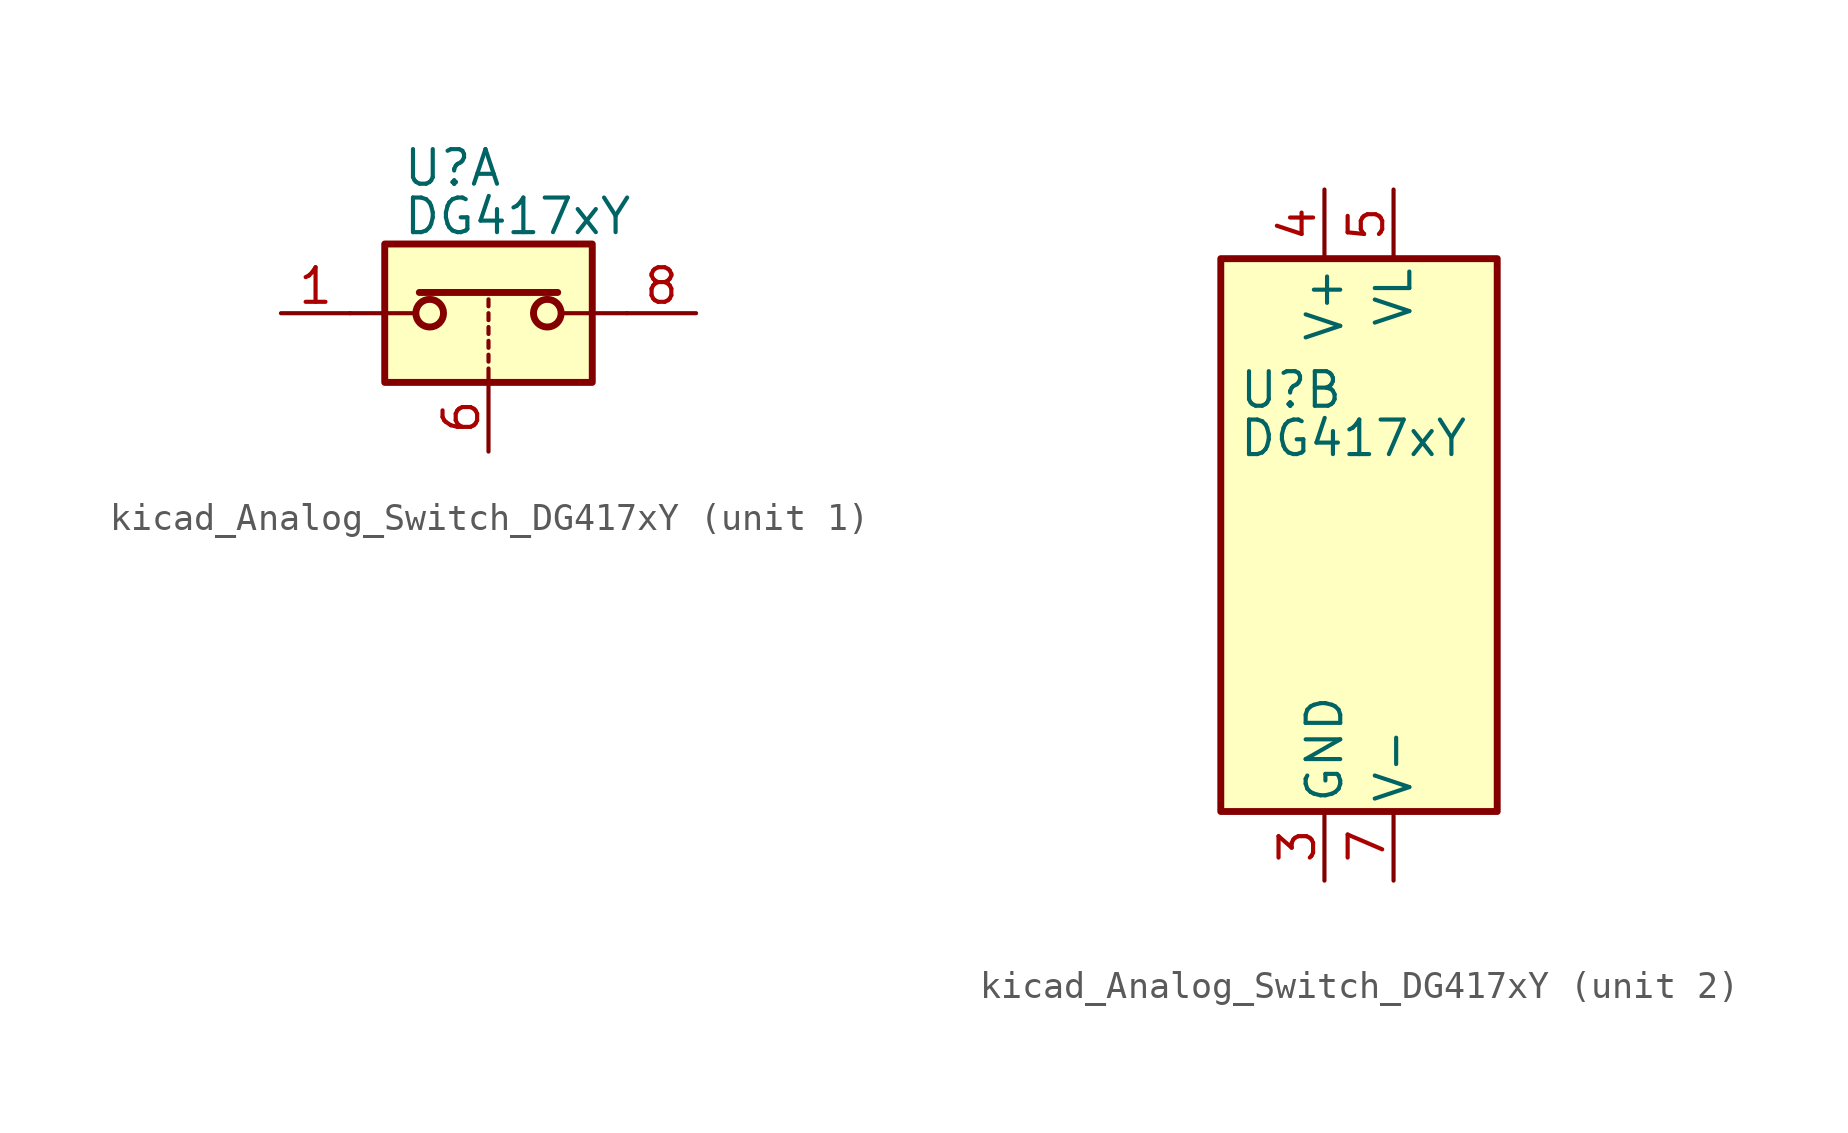
<source format=kicad_sym>
(kicad_symbol_lib
  (version 20220914)
  (generator kicad_symbol_editor)
  (symbol "kicad_Analog_Switch_DG417xY"
    (pin_names
      (offset 0.254))
    (property "Reference" "U"
      (at -3.175 5.334 0)
      (effects (font (size 1.27 1.27)) (justify left)))
    (property "Value" "DG417xY"
      (at -3.175 3.556 0)
      (effects (font (size 1.27 1.27)) (justify left)))
    (symbol "kicad_Analog_Switch_DG417xY_1_1"
      (rectangle (start -3.81 2.54) (end 3.81 -2.54) (stroke (width 0.254) (type default)) (fill (type background)))
      (circle (center -2.159 0) (radius 0.508) (stroke (width 0.254) (type default)) (fill (type none)))
      (polyline (pts (xy -5.08 0) (xy -2.794 0)) (stroke (width 0) (type default)) (fill (type none)))
      (polyline (pts (xy -2.54 0.762) (xy 2.54 0.762)) (stroke (width 0.254) (type default)) (fill (type none)))
      (polyline (pts (xy 0 -2.54) (xy 0 -2.032)) (stroke (width 0) (type default)) (fill (type none)))
      (polyline (pts (xy 0 -1.778) (xy 0 -1.524)) (stroke (width 0) (type default)) (fill (type none)))
      (polyline (pts (xy 0 -1.27) (xy 0 -1.016)) (stroke (width 0) (type default)) (fill (type none)))
      (polyline (pts (xy 0 -0.762) (xy 0 -0.508)) (stroke (width 0) (type default)) (fill (type none)))
      (polyline (pts (xy 0 -0.254) (xy 0 0)) (stroke (width 0) (type default)) (fill (type none)))
      (polyline (pts (xy 0 0.254) (xy 0 0.508)) (stroke (width 0) (type default)) (fill (type none)))
      (polyline (pts (xy 5.08 0) (xy 2.794 0)) (stroke (width 0) (type default)) (fill (type none)))
      (circle (center 2.159 0) (radius 0.508) (stroke (width 0.254) (type default)) (fill (type none)))
      (pin passive line (at -7.62 0 0) (length 2.54) (name "~" (effects (font (size 1.27 1.27)))) (number "1" (effects (font (size 1.27 1.27)))))
      (pin input line (at 0 -5.08 90) (length 2.54) (name "~" (effects (font (size 1.27 1.27)))) (number "6" (effects (font (size 1.27 1.27)))))
      (pin passive line (at 7.62 0 180) (length 2.54) (name "~" (effects (font (size 1.27 1.27)))) (number "8" (effects (font (size 1.27 1.27))))))
    (symbol "kicad_Analog_Switch_DG417xY_2_0"
      (pin no_connect line (at -2.54 10.16 270) (length 2.54) hide (name "NC" (effects (font (size 1.27 1.27)))) (number "2" (effects (font (size 1.27 1.27)))))
      (pin power_in line (at 0 -12.7 90) (length 2.54) (name "GND" (effects (font (size 1.27 1.27)))) (number "3" (effects (font (size 1.27 1.27)))))
      (pin power_in line (at 0 12.7 270) (length 2.54) (name "V+" (effects (font (size 1.27 1.27)))) (number "4" (effects (font (size 1.27 1.27)))))
      (pin power_in line (at 2.54 12.7 270) (length 2.54) (name "VL" (effects (font (size 1.27 1.27)))) (number "5" (effects (font (size 1.27 1.27)))))
      (pin power_in line (at 2.54 -12.7 90) (length 2.54) (name "V-" (effects (font (size 1.27 1.27)))) (number "7" (effects (font (size 1.27 1.27))))))
    (symbol "kicad_Analog_Switch_DG417xY_2_1"
      (rectangle (start -3.81 10.16) (end 6.35 -10.16) (stroke (width 0.254) (type default)) (fill (type background))))))
</source>
